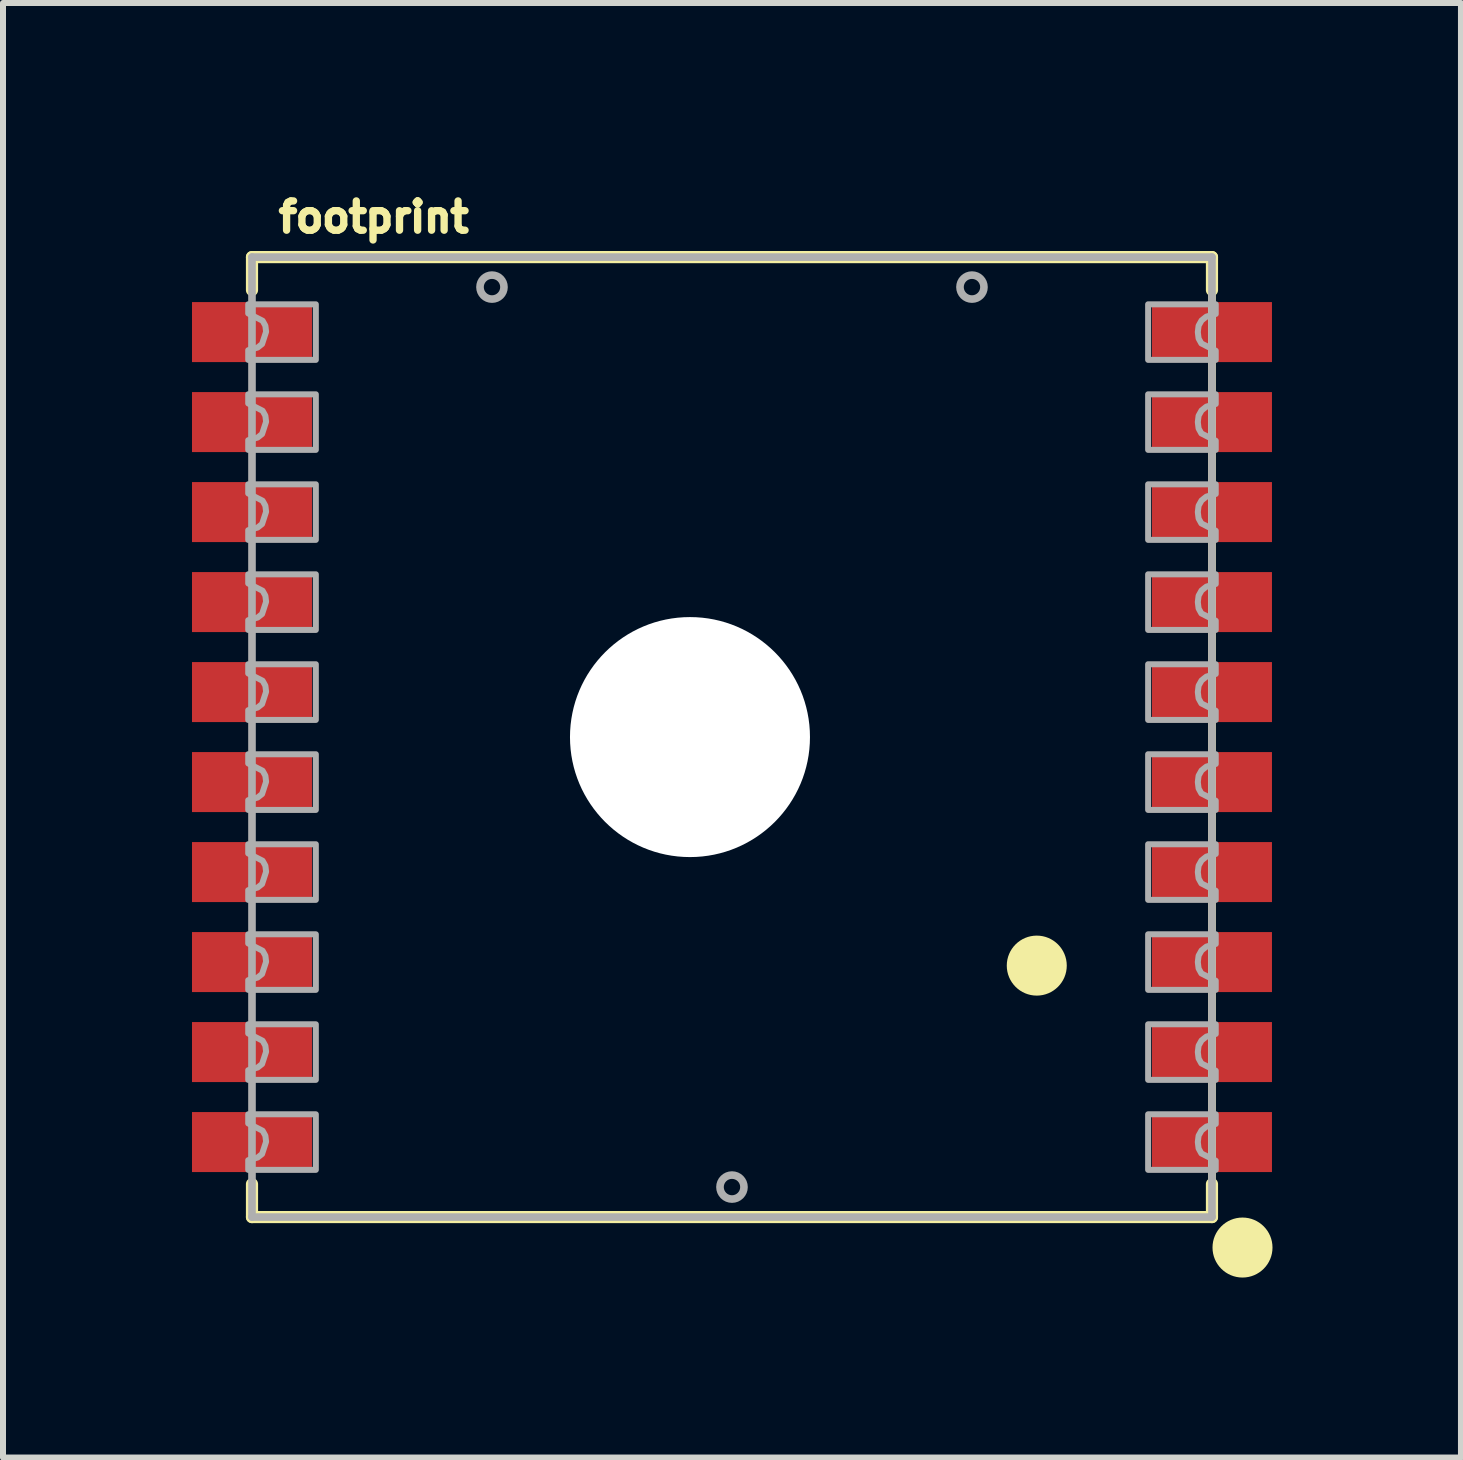
<source format=kicad_pcb>
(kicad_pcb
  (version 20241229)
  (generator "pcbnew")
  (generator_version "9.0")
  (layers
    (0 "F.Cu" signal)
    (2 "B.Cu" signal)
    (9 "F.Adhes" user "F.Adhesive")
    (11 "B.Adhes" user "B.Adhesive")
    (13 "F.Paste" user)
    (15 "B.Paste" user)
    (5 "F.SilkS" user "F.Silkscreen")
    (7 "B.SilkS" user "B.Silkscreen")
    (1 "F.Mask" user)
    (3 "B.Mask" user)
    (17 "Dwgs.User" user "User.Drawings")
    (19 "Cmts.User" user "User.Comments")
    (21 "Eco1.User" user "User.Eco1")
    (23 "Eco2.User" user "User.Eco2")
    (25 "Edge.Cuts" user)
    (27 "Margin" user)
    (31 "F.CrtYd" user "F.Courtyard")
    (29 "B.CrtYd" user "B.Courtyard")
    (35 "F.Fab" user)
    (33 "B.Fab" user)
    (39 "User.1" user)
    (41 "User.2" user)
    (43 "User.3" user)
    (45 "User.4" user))
  (footprint "footprint"
    (layer "F.Cu")
    (at 9.15 9.235)
    (property "Reference" "footprint" (at -7.62 -8.382 0) (layer "F.SilkS") (effects (font (size 0.488 0.488) (thickness 0.122)) (justify left bottom)))
    (fp_line (start -8 -8) (end -8 -7.45) (stroke (width 0.203) (type solid)) (layer "F.SilkS"))
    (fp_line (start -8 -8) (end 8 -8) (stroke (width 0.203) (type solid)) (layer "F.SilkS"))
    (fp_line (start -8 8) (end -8 7.45) (stroke (width 0.203) (type solid)) (layer "F.SilkS"))
    (fp_line (start 8 -8) (end 8 -7.45) (stroke (width 0.203) (type solid)) (layer "F.SilkS"))
    (fp_line (start 8 -7.45) (end 8 7.45) (stroke (width 0.127) (type solid)) (layer "F.SilkS"))
    (fp_line (start 8 8) (end -8 8) (stroke (width 0.203) (type solid)) (layer "F.SilkS"))
    (fp_line (start 8 8) (end 8 7.45) (stroke (width 0.203) (type solid)) (layer "F.SilkS"))
    (fp_circle (center 5.08 3.809) (end 5.33 3.809) (stroke (width 0.5) (type solid)) (fill yes) (layer "F.SilkS"))
    (fp_circle (center 8.509 8.508) (end 8.759 8.508) (stroke (width 0.5) (type solid)) (fill yes) (layer "F.SilkS"))
    (fp_poly (pts (xy -9.15 -6.1) (xy -6.85 -6.1) (xy -6.85 -7.4) (xy -9.15 -7.4)) (stroke (width 0) (type solid)) (fill yes) (layer "F.Paste"))
    (fp_poly (pts (xy -9.15 -4.6) (xy -6.85 -4.6) (xy -6.85 -5.9) (xy -9.15 -5.9)) (stroke (width 0) (type solid)) (fill yes) (layer "F.Paste"))
    (fp_poly (pts (xy -9.15 -3.1) (xy -6.85 -3.1) (xy -6.85 -4.4) (xy -9.15 -4.4)) (stroke (width 0) (type solid)) (fill yes) (layer "F.Paste"))
    (fp_poly (pts (xy -9.15 -1.6) (xy -6.85 -1.6) (xy -6.85 -2.9) (xy -9.15 -2.9)) (stroke (width 0) (type solid)) (fill yes) (layer "F.Paste"))
    (fp_poly (pts (xy -9.15 -0.1) (xy -6.85 -0.1) (xy -6.85 -1.4) (xy -9.15 -1.4)) (stroke (width 0) (type solid)) (fill yes) (layer "F.Paste"))
    (fp_poly (pts (xy -9.15 1.4) (xy -6.85 1.4) (xy -6.85 0.1) (xy -9.15 0.1)) (stroke (width 0) (type solid)) (fill yes) (layer "F.Paste"))
    (fp_poly (pts (xy -9.15 2.9) (xy -6.85 2.9) (xy -6.85 1.6) (xy -9.15 1.6)) (stroke (width 0) (type solid)) (fill yes) (layer "F.Paste"))
    (fp_poly (pts (xy -9.15 4.4) (xy -6.85 4.4) (xy -6.85 3.1) (xy -9.15 3.1)) (stroke (width 0) (type solid)) (fill yes) (layer "F.Paste"))
    (fp_poly (pts (xy -9.15 5.9) (xy -6.85 5.9) (xy -6.85 4.6) (xy -9.15 4.6)) (stroke (width 0) (type solid)) (fill yes) (layer "F.Paste"))
    (fp_poly (pts (xy -9.15 7.4) (xy -6.85 7.4) (xy -6.85 6.1) (xy -9.15 6.1)) (stroke (width 0) (type solid)) (fill yes) (layer "F.Paste"))
    (fp_poly (pts (xy 9.15 -7.4) (xy 6.85 -7.4) (xy 6.85 -6.1) (xy 9.15 -6.1)) (stroke (width 0) (type solid)) (fill yes) (layer "F.Paste"))
    (fp_poly (pts (xy 9.15 -5.9) (xy 6.85 -5.9) (xy 6.85 -4.6) (xy 9.15 -4.6)) (stroke (width 0) (type solid)) (fill yes) (layer "F.Paste"))
    (fp_poly (pts (xy 9.15 -4.4) (xy 6.85 -4.4) (xy 6.85 -3.1) (xy 9.15 -3.1)) (stroke (width 0) (type solid)) (fill yes) (layer "F.Paste"))
    (fp_poly (pts (xy 9.15 -2.9) (xy 6.85 -2.9) (xy 6.85 -1.6) (xy 9.15 -1.6)) (stroke (width 0) (type solid)) (fill yes) (layer "F.Paste"))
    (fp_poly (pts (xy 9.15 -1.4) (xy 6.85 -1.4) (xy 6.85 -0.1) (xy 9.15 -0.1)) (stroke (width 0) (type solid)) (fill yes) (layer "F.Paste"))
    (fp_poly (pts (xy 9.15 0.1) (xy 6.85 0.1) (xy 6.85 1.4) (xy 9.15 1.4)) (stroke (width 0) (type solid)) (fill yes) (layer "F.Paste"))
    (fp_poly (pts (xy 9.15 1.6) (xy 6.85 1.6) (xy 6.85 2.9) (xy 9.15 2.9)) (stroke (width 0) (type solid)) (fill yes) (layer "F.Paste"))
    (fp_poly (pts (xy 9.15 3.1) (xy 6.85 3.1) (xy 6.85 4.4) (xy 9.15 4.4)) (stroke (width 0) (type solid)) (fill yes) (layer "F.Paste"))
    (fp_poly (pts (xy 9.15 4.6) (xy 6.85 4.6) (xy 6.85 5.9) (xy 9.15 5.9)) (stroke (width 0) (type solid)) (fill yes) (layer "F.Paste"))
    (fp_poly (pts (xy 9.15 6.1) (xy 6.85 6.1) (xy 6.85 7.4) (xy 9.15 7.4)) (stroke (width 0) (type solid)) (fill yes) (layer "F.Paste"))
    (fp_line (start -8 -8) (end 8 -8) (stroke (width 0.127) (type solid)) (layer "F.Fab"))
    (fp_line (start -8 8) (end -8 -8) (stroke (width 0.127) (type solid)) (layer "F.Fab"))
    (fp_line (start 8 -8) (end 8 8) (stroke (width 0.127) (type solid)) (layer "F.Fab"))
    (fp_line (start 8 8) (end -8 8) (stroke (width 0.127) (type solid)) (layer "F.Fab"))
    (fp_circle (center -4 -7.5) (end -3.8 -7.5) (stroke (width 0.127) (type solid)) (fill no) (layer "F.Fab"))
    (fp_circle (center -0.7 0) (end 0.5 0) (stroke (width 0.127) (type solid)) (fill no) (layer "F.Fab"))
    (fp_circle (center 0 7.5) (end 0.2 7.5) (stroke (width 0.127) (type solid)) (fill no) (layer "F.Fab"))
    (fp_circle (center 4 -7.5) (end 4.2 -7.5) (stroke (width 0.127) (type solid)) (fill no) (layer "F.Fab"))
    (fp_poly (pts (xy -6.936 -6.287) (xy -8.063 -6.287) (xy -8.063 -6.448) (xy -7.907 -6.492) (xy -7.832 -6.551) (xy -7.765 -6.756) (xy -7.777 -6.856) (xy -7.823 -6.939) (xy -8.063 -7.061) (xy -8.063 -7.213) (xy -6.936 -7.213)) (stroke (width 0.1) (type solid)) (fill no) (layer "F.Fab"))
    (fp_poly (pts (xy -6.936 -4.787) (xy -8.063 -4.787) (xy -8.063 -4.948) (xy -7.907 -4.992) (xy -7.832 -5.051) (xy -7.765 -5.256) (xy -7.777 -5.356) (xy -7.823 -5.439) (xy -8.063 -5.561) (xy -8.063 -5.713) (xy -6.936 -5.713)) (stroke (width 0.1) (type solid)) (fill no) (layer "F.Fab"))
    (fp_poly (pts (xy -6.936 -3.287) (xy -8.063 -3.287) (xy -8.063 -3.448) (xy -7.907 -3.492) (xy -7.832 -3.551) (xy -7.765 -3.756) (xy -7.777 -3.856) (xy -7.823 -3.939) (xy -8.063 -4.061) (xy -8.063 -4.213) (xy -6.936 -4.213)) (stroke (width 0.1) (type solid)) (fill no) (layer "F.Fab"))
    (fp_poly (pts (xy -6.936 -1.786) (xy -8.063 -1.786) (xy -8.063 -1.948) (xy -7.907 -1.992) (xy -7.832 -2.051) (xy -7.765 -2.256) (xy -7.777 -2.356) (xy -7.823 -2.439) (xy -8.063 -2.561) (xy -8.063 -2.713) (xy -6.936 -2.713)) (stroke (width 0.1) (type solid)) (fill no) (layer "F.Fab"))
    (fp_poly (pts (xy -6.936 -0.286) (xy -8.063 -0.286) (xy -8.063 -0.448) (xy -7.907 -0.492) (xy -7.832 -0.551) (xy -7.765 -0.756) (xy -7.777 -0.856) (xy -7.823 -0.939) (xy -8.063 -1.061) (xy -8.063 -1.214) (xy -6.936 -1.214)) (stroke (width 0.1) (type solid)) (fill no) (layer "F.Fab"))
    (fp_poly (pts (xy -6.936 1.214) (xy -8.063 1.214) (xy -8.063 1.052) (xy -7.907 1.008) (xy -7.832 0.949) (xy -7.765 0.744) (xy -7.777 0.644) (xy -7.823 0.561) (xy -8.063 0.439) (xy -8.063 0.286) (xy -6.936 0.286)) (stroke (width 0.1) (type solid)) (fill no) (layer "F.Fab"))
    (fp_poly (pts (xy -6.936 2.713) (xy -8.063 2.713) (xy -8.063 2.552) (xy -7.907 2.508) (xy -7.832 2.449) (xy -7.765 2.244) (xy -7.777 2.144) (xy -7.823 2.061) (xy -8.063 1.939) (xy -8.063 1.786) (xy -6.936 1.786)) (stroke (width 0.1) (type solid)) (fill no) (layer "F.Fab"))
    (fp_poly (pts (xy -6.936 4.213) (xy -8.063 4.213) (xy -8.063 4.052) (xy -7.907 4.008) (xy -7.832 3.949) (xy -7.765 3.744) (xy -7.777 3.644) (xy -7.823 3.561) (xy -8.063 3.439) (xy -8.063 3.287) (xy -6.936 3.287)) (stroke (width 0.1) (type solid)) (fill no) (layer "F.Fab"))
    (fp_poly (pts (xy -6.936 5.713) (xy -8.063 5.713) (xy -8.063 5.552) (xy -7.907 5.508) (xy -7.832 5.449) (xy -7.765 5.244) (xy -7.777 5.144) (xy -7.823 5.061) (xy -8.063 4.939) (xy -8.063 4.787) (xy -6.936 4.787)) (stroke (width 0.1) (type solid)) (fill no) (layer "F.Fab"))
    (fp_poly (pts (xy -6.936 7.213) (xy -8.063 7.213) (xy -8.063 7.052) (xy -7.907 7.008) (xy -7.832 6.949) (xy -7.765 6.744) (xy -7.777 6.644) (xy -7.823 6.561) (xy -8.063 6.439) (xy -8.063 6.287) (xy -6.936 6.287)) (stroke (width 0.1) (type solid)) (fill no) (layer "F.Fab"))
    (fp_poly (pts (xy 8.063 -7.052) (xy 7.907 -7.008) (xy 7.827 -6.945) (xy 7.777 -6.856) (xy 7.764 -6.75) (xy 7.777 -6.644) (xy 7.823 -6.561) (xy 8.063 -6.439) (xy 8.063 -6.287) (xy 6.936 -6.287) (xy 6.936 -7.213) (xy 8.063 -7.213)) (stroke (width 0.1) (type solid)) (fill no) (layer "F.Fab"))
    (fp_poly (pts (xy 8.063 -5.552) (xy 7.907 -5.508) (xy 7.827 -5.445) (xy 7.777 -5.356) (xy 7.764 -5.25) (xy 7.777 -5.144) (xy 7.823 -5.061) (xy 8.063 -4.939) (xy 8.063 -4.787) (xy 6.936 -4.787) (xy 6.936 -5.713) (xy 8.063 -5.713)) (stroke (width 0.1) (type solid)) (fill no) (layer "F.Fab"))
    (fp_poly (pts (xy 8.063 -4.052) (xy 7.907 -4.008) (xy 7.827 -3.945) (xy 7.777 -3.856) (xy 7.764 -3.75) (xy 7.777 -3.644) (xy 7.823 -3.561) (xy 8.063 -3.439) (xy 8.063 -3.287) (xy 6.936 -3.287) (xy 6.936 -4.213) (xy 8.063 -4.213)) (stroke (width 0.1) (type solid)) (fill no) (layer "F.Fab"))
    (fp_poly (pts (xy 8.063 -2.552) (xy 7.907 -2.508) (xy 7.827 -2.445) (xy 7.777 -2.356) (xy 7.764 -2.25) (xy 7.777 -2.144) (xy 7.823 -2.061) (xy 8.063 -1.939) (xy 8.063 -1.786) (xy 6.936 -1.786) (xy 6.936 -2.713) (xy 8.063 -2.713)) (stroke (width 0.1) (type solid)) (fill no) (layer "F.Fab"))
    (fp_poly (pts (xy 8.063 -1.052) (xy 7.907 -1.008) (xy 7.827 -0.945) (xy 7.777 -0.856) (xy 7.764 -0.75) (xy 7.777 -0.644) (xy 7.823 -0.561) (xy 8.063 -0.439) (xy 8.063 -0.286) (xy 6.936 -0.286) (xy 6.936 -1.214) (xy 8.063 -1.214)) (stroke (width 0.1) (type solid)) (fill no) (layer "F.Fab"))
    (fp_poly (pts (xy 8.063 0.448) (xy 7.907 0.492) (xy 7.827 0.555) (xy 7.777 0.644) (xy 7.764 0.75) (xy 7.777 0.856) (xy 7.823 0.939) (xy 8.063 1.061) (xy 8.063 1.214) (xy 6.936 1.214) (xy 6.936 0.286) (xy 8.063 0.286)) (stroke (width 0.1) (type solid)) (fill no) (layer "F.Fab"))
    (fp_poly (pts (xy 8.063 1.948) (xy 7.907 1.992) (xy 7.827 2.055) (xy 7.777 2.144) (xy 7.764 2.25) (xy 7.777 2.356) (xy 7.823 2.439) (xy 8.063 2.561) (xy 8.063 2.713) (xy 6.936 2.713) (xy 6.936 1.786) (xy 8.063 1.786)) (stroke (width 0.1) (type solid)) (fill no) (layer "F.Fab"))
    (fp_poly (pts (xy 8.063 3.448) (xy 7.907 3.492) (xy 7.827 3.555) (xy 7.777 3.644) (xy 7.764 3.75) (xy 7.777 3.856) (xy 7.823 3.939) (xy 8.063 4.061) (xy 8.063 4.213) (xy 6.936 4.213) (xy 6.936 3.287) (xy 8.063 3.287)) (stroke (width 0.1) (type solid)) (fill no) (layer "F.Fab"))
    (fp_poly (pts (xy 8.063 4.948) (xy 7.907 4.992) (xy 7.827 5.055) (xy 7.777 5.144) (xy 7.764 5.25) (xy 7.777 5.356) (xy 7.823 5.439) (xy 8.063 5.561) (xy 8.063 5.713) (xy 6.936 5.713) (xy 6.936 4.787) (xy 8.063 4.787)) (stroke (width 0.1) (type solid)) (fill no) (layer "F.Fab"))
    (fp_poly (pts (xy 8.063 6.448) (xy 7.907 6.492) (xy 7.827 6.555) (xy 7.777 6.644) (xy 7.764 6.75) (xy 7.777 6.856) (xy 7.823 6.939) (xy 8.063 7.061) (xy 8.063 7.213) (xy 6.936 7.213) (xy 6.936 6.287) (xy 8.063 6.287)) (stroke (width 0.1) (type solid)) (fill no) (layer "F.Fab"))
    (pad "" np_thru_hole circle (at -0.7 0) (size 4 4) (drill 4) (layers "*.Cu" "*.Mask"))
    (pad "1" smd rect (at 8 6.75 180) (size 2 1) (layers "F.Cu" "F.Mask"))
    (pad "2" smd rect (at 8 5.25 180) (size 2 1) (layers "F.Cu" "F.Mask"))
    (pad "3" smd rect (at 8 3.75 180) (size 2 1) (layers "F.Cu" "F.Mask"))
    (pad "4" smd rect (at 8 2.25 180) (size 2 1) (layers "F.Cu" "F.Mask"))
    (pad "5" smd rect (at 8 0.75 180) (size 2 1) (layers "F.Cu" "F.Mask"))
    (pad "6" smd rect (at 8 -0.75 180) (size 2 1) (layers "F.Cu" "F.Mask"))
    (pad "7" smd rect (at 8 -2.25 180) (size 2 1) (layers "F.Cu" "F.Mask"))
    (pad "8" smd rect (at 8 -3.75 180) (size 2 1) (layers "F.Cu" "F.Mask"))
    (pad "9" smd rect (at 8 -5.25 180) (size 2 1) (layers "F.Cu" "F.Mask"))
    (pad "10" smd rect (at 8 -6.75 180) (size 2 1) (layers "F.Cu" "F.Mask"))
    (pad "11" smd rect (at -8 -6.75) (size 2 1) (layers "F.Cu" "F.Mask"))
    (pad "12" smd rect (at -8 -5.25) (size 2 1) (layers "F.Cu" "F.Mask"))
    (pad "13" smd rect (at -8 -3.75) (size 2 1) (layers "F.Cu" "F.Mask"))
    (pad "14" smd rect (at -8 -2.25) (size 2 1) (layers "F.Cu" "F.Mask"))
    (pad "15" smd rect (at -8 -0.75) (size 2 1) (layers "F.Cu" "F.Mask"))
    (pad "16" smd rect (at -8 0.75) (size 2 1) (layers "F.Cu" "F.Mask"))
    (pad "17" smd rect (at -8 2.25) (size 2 1) (layers "F.Cu" "F.Mask"))
    (pad "18" smd rect (at -8 3.75) (size 2 1) (layers "F.Cu" "F.Mask"))
    (pad "19" smd rect (at -8 5.25) (size 2 1) (layers "F.Cu" "F.Mask"))
    (pad "20" smd rect (at -8 6.75) (size 2 1) (layers "F.Cu" "F.Mask")))
  (gr_rect
    (start -3 -3)
    (end 21.3 21.243)
    (stroke (width 0.1) (type default))
    (fill no)
    (layer "Edge.Cuts")))
</source>
